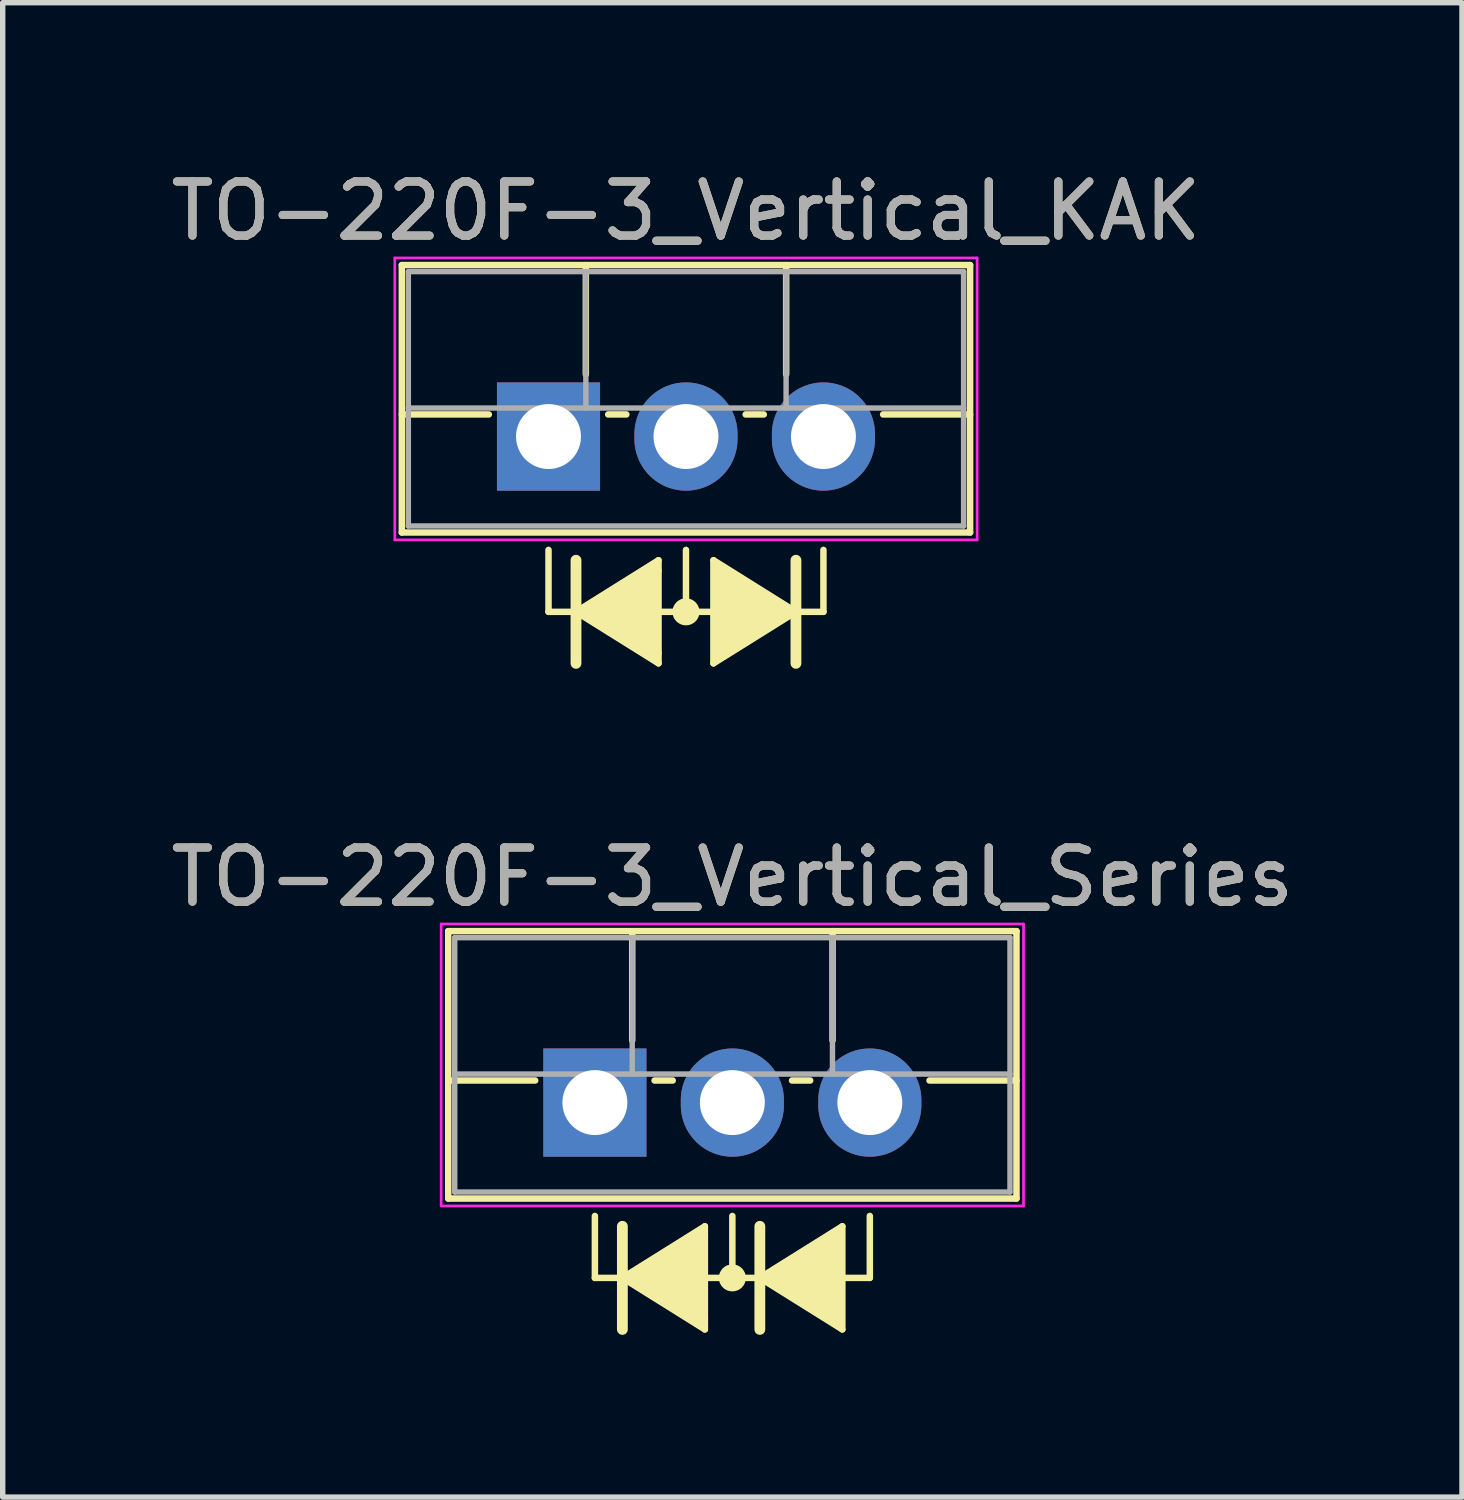
<source format=kicad_pcb>
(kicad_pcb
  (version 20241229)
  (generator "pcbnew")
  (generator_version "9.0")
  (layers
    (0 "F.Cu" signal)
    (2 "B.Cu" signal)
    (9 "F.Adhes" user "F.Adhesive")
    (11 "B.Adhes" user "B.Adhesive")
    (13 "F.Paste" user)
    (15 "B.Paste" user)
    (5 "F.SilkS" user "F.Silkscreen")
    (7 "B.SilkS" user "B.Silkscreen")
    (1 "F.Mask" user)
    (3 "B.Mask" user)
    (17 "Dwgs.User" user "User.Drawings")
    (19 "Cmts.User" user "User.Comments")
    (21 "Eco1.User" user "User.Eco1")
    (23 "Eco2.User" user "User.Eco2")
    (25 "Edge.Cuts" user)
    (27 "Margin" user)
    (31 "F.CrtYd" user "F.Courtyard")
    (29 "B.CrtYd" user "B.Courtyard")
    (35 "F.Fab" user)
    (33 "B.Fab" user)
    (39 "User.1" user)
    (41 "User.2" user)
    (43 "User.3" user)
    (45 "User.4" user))
  (footprint "TO-220F-3_Vertical_Series"
    (layer "F.Cu")
    (at 7.942 17.323)
    (property "Reference" "TO-220F-3_Vertical_Series" (at 2.54 -4.168 0) (layer "F.SilkS") (effects (font (size 1 1) (thickness 0.15))))
    (attr through_hole)
    (fp_line (start -2.71 -3.168) (end -2.71 1.773) (stroke (width 0.12) (type solid)) (layer "F.SilkS"))
    (fp_line (start -2.71 -3.168) (end 7.79 -3.168) (stroke (width 0.12) (type solid)) (layer "F.SilkS"))
    (fp_line (start -2.71 -0.408) (end -1.103 -0.408) (stroke (width 0.12) (type solid)) (layer "F.SilkS"))
    (fp_line (start -2.71 1.773) (end 7.79 1.773) (stroke (width 0.12) (type solid)) (layer "F.SilkS"))
    (fp_line (start 0 2.095) (end 0 3.239) (stroke (width 0.12) (type solid)) (layer "F.SilkS"))
    (fp_line (start 0 3.239) (end 0.508 3.239) (stroke (width 0.12) (type solid)) (layer "F.SilkS"))
    (fp_line (start 0.508 2.286) (end 0.508 4.191) (stroke (width 0.2) (type solid)) (layer "F.SilkS"))
    (fp_line (start 0.508 3.239) (end 2.032 2.286) (stroke (width 0.12) (type solid)) (layer "F.SilkS"))
    (fp_line (start 0.508 3.239) (end 2.032 4.191) (stroke (width 0.12) (type solid)) (layer "F.SilkS"))
    (fp_line (start 0.69 -3.168) (end 0.69 -1.15) (stroke (width 0.12) (type solid)) (layer "F.SilkS"))
    (fp_line (start 1.103 -0.408) (end 1.438 -0.408) (stroke (width 0.12) (type solid)) (layer "F.SilkS"))
    (fp_line (start 2.032 2.477) (end 2.032 2.286) (stroke (width 0.12) (type solid)) (layer "F.SilkS"))
    (fp_line (start 2.032 4) (end 2.032 2.477) (stroke (width 0.12) (type solid)) (layer "F.SilkS"))
    (fp_line (start 2.032 4) (end 2.032 4.191) (stroke (width 0.12) (type solid)) (layer "F.SilkS"))
    (fp_line (start 2.54 2.095) (end 2.54 3.239) (stroke (width 0.12) (type solid)) (layer "F.SilkS"))
    (fp_line (start 2.54 3.239) (end 2.032 3.239) (stroke (width 0.12) (type solid)) (layer "F.SilkS"))
    (fp_line (start 2.54 3.239) (end 3.048 3.239) (stroke (width 0.12) (type solid)) (layer "F.SilkS"))
    (fp_line (start 3.048 2.286) (end 3.048 4.191) (stroke (width 0.2) (type solid)) (layer "F.SilkS"))
    (fp_line (start 3.048 3.239) (end 4.572 4.191) (stroke (width 0.12) (type solid)) (layer "F.SilkS"))
    (fp_line (start 3.643 -0.408) (end 3.978 -0.408) (stroke (width 0.12) (type solid)) (layer "F.SilkS"))
    (fp_line (start 4.391 -3.168) (end 4.391 -1.15) (stroke (width 0.12) (type solid)) (layer "F.SilkS"))
    (fp_line (start 4.572 2.286) (end 3.048 3.239) (stroke (width 0.12) (type solid)) (layer "F.SilkS"))
    (fp_line (start 4.572 4.191) (end 4.572 2.286) (stroke (width 0.12) (type solid)) (layer "F.SilkS"))
    (fp_line (start 5.08 2.095) (end 5.08 3.239) (stroke (width 0.12) (type solid)) (layer "F.SilkS"))
    (fp_line (start 5.08 3.239) (end 4.572 3.239) (stroke (width 0.12) (type solid)) (layer "F.SilkS"))
    (fp_line (start 6.183 -0.408) (end 7.79 -0.408) (stroke (width 0.12) (type solid)) (layer "F.SilkS"))
    (fp_line (start 7.79 -3.168) (end 7.79 1.773) (stroke (width 0.12) (type solid)) (layer "F.SilkS"))
    (fp_circle (center 2.54 3.239) (end 2.54 3.302) (stroke (width 0.12) (type solid)) (fill no) (layer "F.SilkS"))
    (fp_circle (center 2.54 3.239) (end 2.54 3.365) (stroke (width 0.12) (type solid)) (fill no) (layer "F.SilkS"))
    (fp_circle (center 2.54 3.239) (end 2.54 3.429) (stroke (width 0.12) (type solid)) (fill no) (layer "F.SilkS"))
    (fp_poly (pts (xy 0.508 3.239) (xy 2.032 2.286) (xy 2.032 4.191)) (stroke (width 0.1) (type solid)) (fill yes) (layer "F.SilkS"))
    (fp_poly (pts (xy 4.572 4.191) (xy 3.048 3.239) (xy 4.572 2.286)) (stroke (width 0.1) (type solid)) (fill yes) (layer "F.SilkS"))
    (fp_line (start -2.84 -3.3) (end -2.84 1.91) (stroke (width 0.05) (type solid)) (layer "F.CrtYd"))
    (fp_line (start -2.84 1.91) (end 7.92 1.91) (stroke (width 0.05) (type solid)) (layer "F.CrtYd"))
    (fp_line (start 7.92 -3.3) (end -2.84 -3.3) (stroke (width 0.05) (type solid)) (layer "F.CrtYd"))
    (fp_line (start 7.92 1.91) (end 7.92 -3.3) (stroke (width 0.05) (type solid)) (layer "F.CrtYd"))
    (fp_line (start -2.59 -3.047) (end -2.59 1.653) (stroke (width 0.1) (type solid)) (layer "F.Fab"))
    (fp_line (start -2.59 -0.527) (end 7.67 -0.527) (stroke (width 0.1) (type solid)) (layer "F.Fab"))
    (fp_line (start -2.59 1.653) (end 7.67 1.653) (stroke (width 0.1) (type solid)) (layer "F.Fab"))
    (fp_line (start 0.69 -3.047) (end 0.69 -0.527) (stroke (width 0.1) (type solid)) (layer "F.Fab"))
    (fp_line (start 4.39 -3.047) (end 4.39 -0.527) (stroke (width 0.1) (type solid)) (layer "F.Fab"))
    (fp_line (start 7.67 -3.047) (end -2.59 -3.047) (stroke (width 0.1) (type solid)) (layer "F.Fab"))
    (fp_line (start 7.67 1.653) (end 7.67 -3.047) (stroke (width 0.1) (type solid)) (layer "F.Fab"))
    (fp_text user "${REFERENCE}" (at 2.54 -4.168 0) (layer "F.Fab") (effects (font (size 1 1) (thickness 0.15))))
    (pad "1" thru_hole rect (at 0 0) (size 1.905 2) (drill 1.2) (layers "*.Cu" "*.Mask"))
    (pad "2" thru_hole oval (at 2.54 0) (size 1.905 2) (drill 1.2) (layers "*.Cu" "*.Mask"))
    (pad "3" thru_hole oval (at 5.08 0) (size 1.905 2) (drill 1.2) (layers "*.Cu" "*.Mask")))
  (footprint "TO-220F-3_Vertical_KAK"
    (layer "F.Cu")
    (at 7.085 5.016)
    (property "Reference" "TO-220F-3_Vertical_KAK" (at 2.54 -4.168 0) (layer "F.SilkS") (effects (font (size 1 1) (thickness 0.15))))
    (attr through_hole)
    (fp_line (start -2.71 -3.168) (end -2.71 1.773) (stroke (width 0.12) (type solid)) (layer "F.SilkS"))
    (fp_line (start -2.71 -3.168) (end 7.79 -3.168) (stroke (width 0.12) (type solid)) (layer "F.SilkS"))
    (fp_line (start -2.71 -0.408) (end -1.103 -0.408) (stroke (width 0.12) (type solid)) (layer "F.SilkS"))
    (fp_line (start -2.71 1.773) (end 7.79 1.773) (stroke (width 0.12) (type solid)) (layer "F.SilkS"))
    (fp_line (start 0 2.095) (end 0 3.239) (stroke (width 0.12) (type solid)) (layer "F.SilkS"))
    (fp_line (start 0 3.239) (end 0.508 3.239) (stroke (width 0.12) (type solid)) (layer "F.SilkS"))
    (fp_line (start 0.508 2.286) (end 0.508 4.191) (stroke (width 0.2) (type solid)) (layer "F.SilkS"))
    (fp_line (start 0.508 3.239) (end 2.032 2.286) (stroke (width 0.12) (type solid)) (layer "F.SilkS"))
    (fp_line (start 0.508 3.239) (end 2.032 4.191) (stroke (width 0.12) (type solid)) (layer "F.SilkS"))
    (fp_line (start 0.69 -3.168) (end 0.69 -1.15) (stroke (width 0.12) (type solid)) (layer "F.SilkS"))
    (fp_line (start 1.103 -0.408) (end 1.438 -0.408) (stroke (width 0.12) (type solid)) (layer "F.SilkS"))
    (fp_line (start 2.032 2.477) (end 2.032 2.286) (stroke (width 0.12) (type solid)) (layer "F.SilkS"))
    (fp_line (start 2.032 4) (end 2.032 2.477) (stroke (width 0.12) (type solid)) (layer "F.SilkS"))
    (fp_line (start 2.032 4) (end 2.032 4.191) (stroke (width 0.12) (type solid)) (layer "F.SilkS"))
    (fp_line (start 2.54 2.095) (end 2.54 3.239) (stroke (width 0.12) (type solid)) (layer "F.SilkS"))
    (fp_line (start 2.54 3.239) (end 2.032 3.239) (stroke (width 0.12) (type solid)) (layer "F.SilkS"))
    (fp_line (start 2.54 3.239) (end 3.048 3.239) (stroke (width 0.12) (type solid)) (layer "F.SilkS"))
    (fp_line (start 3.048 2.286) (end 3.048 4.191) (stroke (width 0.12) (type solid)) (layer "F.SilkS"))
    (fp_line (start 3.048 4.191) (end 4.572 3.239) (stroke (width 0.12) (type solid)) (layer "F.SilkS"))
    (fp_line (start 3.643 -0.408) (end 3.978 -0.408) (stroke (width 0.12) (type solid)) (layer "F.SilkS"))
    (fp_line (start 4.391 -3.168) (end 4.391 -1.15) (stroke (width 0.12) (type solid)) (layer "F.SilkS"))
    (fp_line (start 4.572 3.239) (end 3.048 2.286) (stroke (width 0.12) (type solid)) (layer "F.SilkS"))
    (fp_line (start 4.572 4.191) (end 4.572 2.286) (stroke (width 0.2) (type solid)) (layer "F.SilkS"))
    (fp_line (start 5.08 2.095) (end 5.08 3.239) (stroke (width 0.12) (type solid)) (layer "F.SilkS"))
    (fp_line (start 5.08 3.239) (end 4.572 3.239) (stroke (width 0.12) (type solid)) (layer "F.SilkS"))
    (fp_line (start 6.183 -0.408) (end 7.79 -0.408) (stroke (width 0.12) (type solid)) (layer "F.SilkS"))
    (fp_line (start 7.79 -3.168) (end 7.79 1.773) (stroke (width 0.12) (type solid)) (layer "F.SilkS"))
    (fp_circle (center 2.54 3.239) (end 2.54 3.302) (stroke (width 0.12) (type solid)) (fill no) (layer "F.SilkS"))
    (fp_circle (center 2.54 3.239) (end 2.54 3.365) (stroke (width 0.12) (type solid)) (fill no) (layer "F.SilkS"))
    (fp_circle (center 2.54 3.239) (end 2.54 3.429) (stroke (width 0.12) (type solid)) (fill no) (layer "F.SilkS"))
    (fp_poly (pts (xy 0.508 3.239) (xy 2.032 2.286) (xy 2.032 4.191)) (stroke (width 0.1) (type solid)) (fill yes) (layer "F.SilkS"))
    (fp_poly (pts (xy 3.048 2.286) (xy 4.572 3.239) (xy 3.048 4.191)) (stroke (width 0.1) (type solid)) (fill yes) (layer "F.SilkS"))
    (fp_line (start -2.84 -3.3) (end -2.84 1.91) (stroke (width 0.05) (type solid)) (layer "F.CrtYd"))
    (fp_line (start -2.84 1.91) (end 7.92 1.91) (stroke (width 0.05) (type solid)) (layer "F.CrtYd"))
    (fp_line (start 7.92 -3.3) (end -2.84 -3.3) (stroke (width 0.05) (type solid)) (layer "F.CrtYd"))
    (fp_line (start 7.92 1.91) (end 7.92 -3.3) (stroke (width 0.05) (type solid)) (layer "F.CrtYd"))
    (fp_line (start -2.59 -3.047) (end -2.59 1.653) (stroke (width 0.1) (type solid)) (layer "F.Fab"))
    (fp_line (start -2.59 -0.527) (end 7.67 -0.527) (stroke (width 0.1) (type solid)) (layer "F.Fab"))
    (fp_line (start -2.59 1.653) (end 7.67 1.653) (stroke (width 0.1) (type solid)) (layer "F.Fab"))
    (fp_line (start 0.69 -3.047) (end 0.69 -0.527) (stroke (width 0.1) (type solid)) (layer "F.Fab"))
    (fp_line (start 4.39 -3.047) (end 4.39 -0.527) (stroke (width 0.1) (type solid)) (layer "F.Fab"))
    (fp_line (start 7.67 -3.047) (end -2.59 -3.047) (stroke (width 0.1) (type solid)) (layer "F.Fab"))
    (fp_line (start 7.67 1.653) (end 7.67 -3.047) (stroke (width 0.1) (type solid)) (layer "F.Fab"))
    (fp_text user "${REFERENCE}" (at 2.54 -4.168 0) (layer "F.Fab") (effects (font (size 1 1) (thickness 0.15))))
    (pad "1" thru_hole rect (at 0 0) (size 1.905 2) (drill 1.2) (layers "*.Cu" "*.Mask"))
    (pad "2" thru_hole oval (at 2.54 0) (size 1.905 2) (drill 1.2) (layers "*.Cu" "*.Mask"))
    (pad "3" thru_hole oval (at 5.08 0) (size 1.905 2) (drill 1.2) (layers "*.Cu" "*.Mask")))
  (gr_rect
    (start -3 -3)
    (end 23.964 24.613)
    (stroke (width 0.1) (type default))
    (fill no)
    (layer "Edge.Cuts")))
</source>
